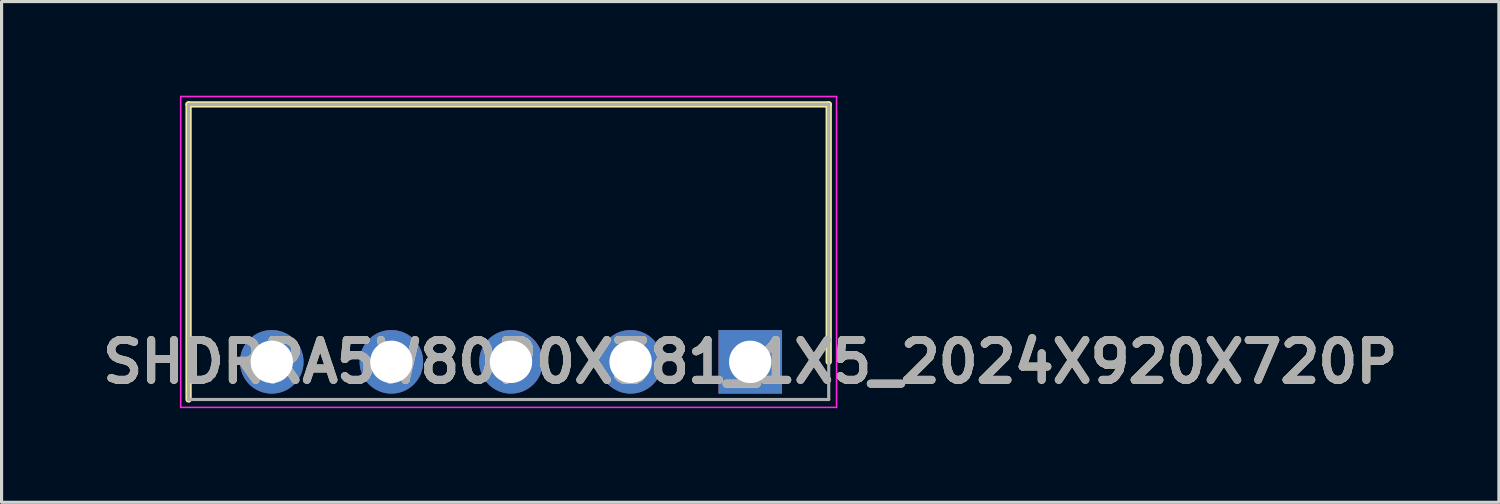
<source format=kicad_pcb>
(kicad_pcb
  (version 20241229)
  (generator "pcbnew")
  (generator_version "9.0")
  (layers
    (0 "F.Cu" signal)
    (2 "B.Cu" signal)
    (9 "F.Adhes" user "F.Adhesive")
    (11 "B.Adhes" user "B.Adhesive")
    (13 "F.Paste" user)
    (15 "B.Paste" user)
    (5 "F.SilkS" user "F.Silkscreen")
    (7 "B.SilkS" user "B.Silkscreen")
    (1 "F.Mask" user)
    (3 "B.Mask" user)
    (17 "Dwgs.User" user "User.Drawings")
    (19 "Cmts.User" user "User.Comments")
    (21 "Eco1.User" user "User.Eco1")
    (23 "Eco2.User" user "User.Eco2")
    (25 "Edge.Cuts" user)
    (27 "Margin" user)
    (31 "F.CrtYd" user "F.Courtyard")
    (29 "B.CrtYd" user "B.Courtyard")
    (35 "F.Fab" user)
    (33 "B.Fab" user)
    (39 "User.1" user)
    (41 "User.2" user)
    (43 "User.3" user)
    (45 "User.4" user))
  (footprint "SHDRRA5W80P0X381_1X5_2024X920X720P"
    (layer "F.Cu")
    (at 20.846 8.475)
    (property "Reference" "SHDRRA5W80P0X381_1X5_2024X920X720P" (at 0 0 0) (layer "F.SilkS") (effects (font (size 1.27 1.27) (thickness 0.254))))
    (attr through_hole)
    (fp_line (start -17.89 -8.2) (end -17.89 1.2) (stroke (width 0.2) (type solid)) (layer "F.SilkS"))
    (fp_line (start 2.5 -8.2) (end -17.89 -8.2) (stroke (width 0.2) (type solid)) (layer "F.SilkS"))
    (fp_line (start 2.5 0) (end 2.5 -8.2) (stroke (width 0.2) (type solid)) (layer "F.SilkS"))
    (fp_line (start -18.14 -8.45) (end 2.75 -8.45) (stroke (width 0.05) (type solid)) (layer "F.CrtYd"))
    (fp_line (start -18.14 1.45) (end -18.14 -8.45) (stroke (width 0.05) (type solid)) (layer "F.CrtYd"))
    (fp_line (start 2.75 -8.45) (end 2.75 1.45) (stroke (width 0.05) (type solid)) (layer "F.CrtYd"))
    (fp_line (start 2.75 1.45) (end -18.14 1.45) (stroke (width 0.05) (type solid)) (layer "F.CrtYd"))
    (fp_line (start -17.89 -8.2) (end 2.5 -8.2) (stroke (width 0.1) (type solid)) (layer "F.Fab"))
    (fp_line (start -17.89 1.2) (end -17.89 -8.2) (stroke (width 0.1) (type solid)) (layer "F.Fab"))
    (fp_line (start 2.5 -8.2) (end 2.5 1.2) (stroke (width 0.1) (type solid)) (layer "F.Fab"))
    (fp_line (start 2.5 1.2) (end -17.89 1.2) (stroke (width 0.1) (type solid)) (layer "F.Fab"))
    (fp_text user "${REFERENCE}" (at 0 0 0) (layer "F.Fab") (effects (font (size 1.27 1.27) (thickness 0.254))))
    (pad "1" thru_hole rect (at 0 0) (size 2.025 2.025) (drill 1.35) (layers "*.Cu" "*.Mask"))
    (pad "2" thru_hole circle (at -3.81 0) (size 2.025 2.025) (drill 1.35) (layers "*.Cu" "*.Mask"))
    (pad "3" thru_hole circle (at -7.62 0) (size 2.025 2.025) (drill 1.35) (layers "*.Cu" "*.Mask"))
    (pad "4" thru_hole circle (at -11.43 0) (size 2.025 2.025) (drill 1.35) (layers "*.Cu" "*.Mask"))
    (pad "5" thru_hole circle (at -15.24 0) (size 2.025 2.025) (drill 1.35) (layers "*.Cu" "*.Mask")))
  (gr_rect
    (start -3 -3)
    (end 44.692 12.95)
    (stroke (width 0.1) (type default))
    (fill no)
    (layer "Edge.Cuts")))
</source>
